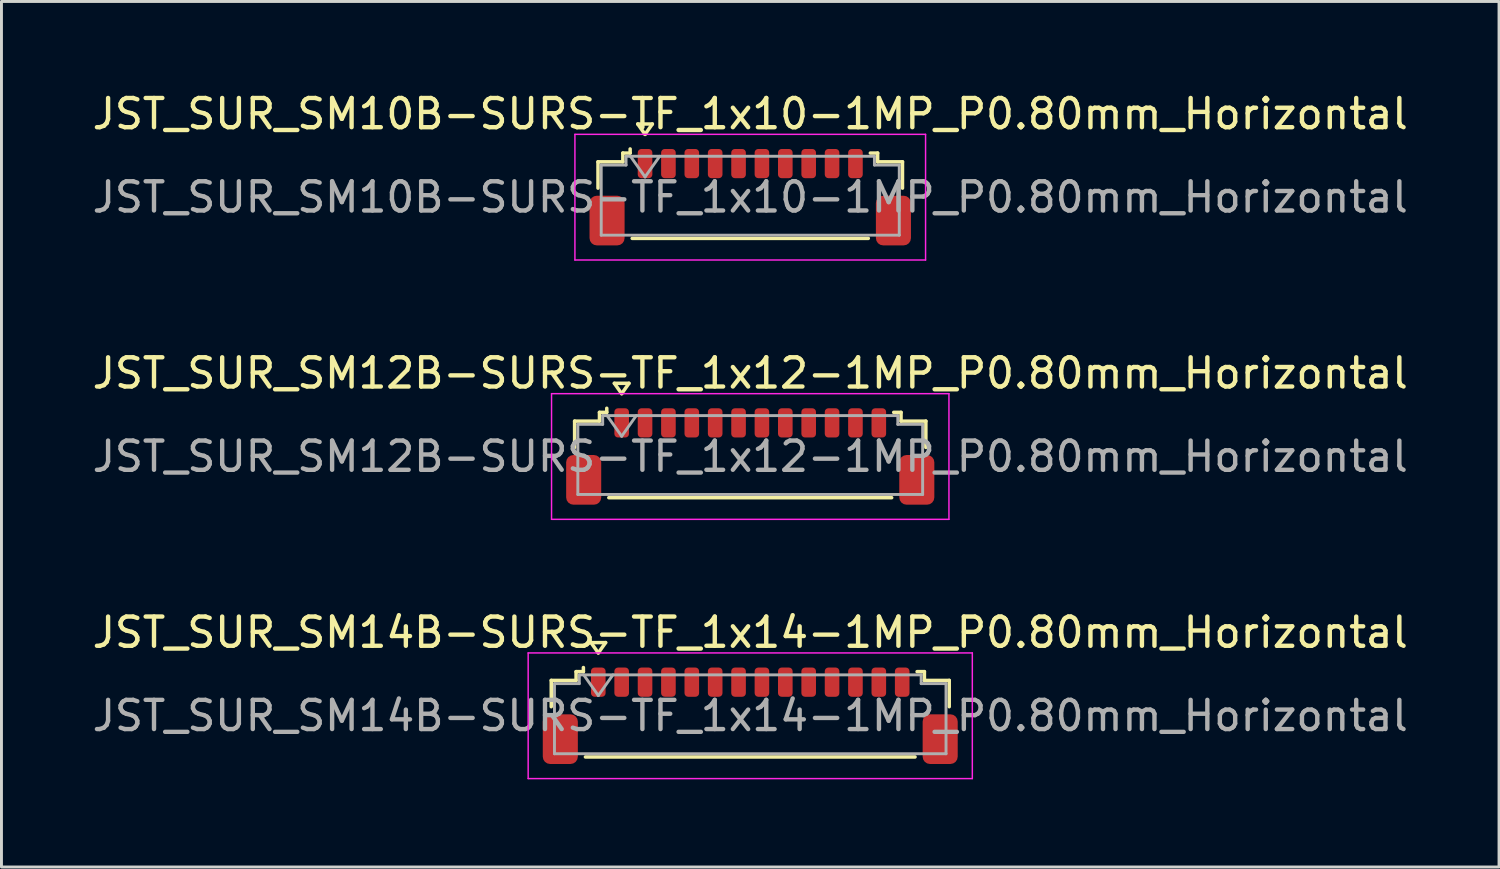
<source format=kicad_pcb>
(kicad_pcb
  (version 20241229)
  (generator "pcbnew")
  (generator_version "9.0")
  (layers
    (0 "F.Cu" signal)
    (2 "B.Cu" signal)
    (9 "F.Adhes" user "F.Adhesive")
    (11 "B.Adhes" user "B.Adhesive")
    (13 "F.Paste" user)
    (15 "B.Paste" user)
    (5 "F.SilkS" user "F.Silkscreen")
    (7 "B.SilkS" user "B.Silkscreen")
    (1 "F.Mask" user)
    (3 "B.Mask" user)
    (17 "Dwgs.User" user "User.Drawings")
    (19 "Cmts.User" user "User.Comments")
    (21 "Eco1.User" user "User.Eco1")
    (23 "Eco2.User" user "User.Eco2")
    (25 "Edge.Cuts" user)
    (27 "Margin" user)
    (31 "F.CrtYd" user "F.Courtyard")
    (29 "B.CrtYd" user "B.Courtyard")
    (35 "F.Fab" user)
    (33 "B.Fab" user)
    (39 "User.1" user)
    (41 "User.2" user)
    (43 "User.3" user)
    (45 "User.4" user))
  (footprint "JST_SUR_SM14B-SURS-TF_1x14-1MP_P0.80mm_Horizontal"
    (layer "F.Cu")
    (at 22.625 21.445)
    (property "Reference" "JST_SUR_SM14B-SURS-TF_1x14-1MP_P0.80mm_Horizontal" (at 0 -2.85 0) (layer "F.SilkS") (effects (font (size 1 1) (thickness 0.15))))
    (attr smd)
    (fp_line (start -6.81 -1.21) (end -5.96 -1.21) (stroke (width 0.12) (type solid)) (layer "F.SilkS"))
    (fp_line (start -6.81 -0.31) (end -6.81 -1.21) (stroke (width 0.12) (type solid)) (layer "F.SilkS"))
    (fp_line (start -5.96 -1.51) (end -5.71 -1.51) (stroke (width 0.12) (type solid)) (layer "F.SilkS"))
    (fp_line (start -5.96 -1.21) (end -5.96 -1.51) (stroke (width 0.12) (type solid)) (layer "F.SilkS"))
    (fp_line (start -5.71 -1.51) (end -5.71 -1.65) (stroke (width 0.12) (type solid)) (layer "F.SilkS"))
    (fp_line (start -5.64 1.41) (end 5.64 1.41) (stroke (width 0.12) (type solid)) (layer "F.SilkS"))
    (fp_line (start -5.45 -2.504) (end -5.2 -2.15) (stroke (width 0.12) (type solid)) (layer "F.SilkS"))
    (fp_line (start -5.2 -2.15) (end -4.95 -2.504) (stroke (width 0.12) (type solid)) (layer "F.SilkS"))
    (fp_line (start -4.95 -2.504) (end -5.45 -2.504) (stroke (width 0.12) (type solid)) (layer "F.SilkS"))
    (fp_line (start 5.96 -1.51) (end 5.71 -1.51) (stroke (width 0.12) (type solid)) (layer "F.SilkS"))
    (fp_line (start 5.96 -1.21) (end 5.96 -1.51) (stroke (width 0.12) (type solid)) (layer "F.SilkS"))
    (fp_line (start 6.81 -1.21) (end 5.96 -1.21) (stroke (width 0.12) (type solid)) (layer "F.SilkS"))
    (fp_line (start 6.81 -0.31) (end 6.81 -1.21) (stroke (width 0.12) (type solid)) (layer "F.SilkS"))
    (fp_line (start -7.6 -2.15) (end -7.6 2.15) (stroke (width 0.05) (type solid)) (layer "F.CrtYd"))
    (fp_line (start -7.6 2.15) (end 7.6 2.15) (stroke (width 0.05) (type solid)) (layer "F.CrtYd"))
    (fp_line (start 7.6 -2.15) (end -7.6 -2.15) (stroke (width 0.05) (type solid)) (layer "F.CrtYd"))
    (fp_line (start 7.6 2.15) (end 7.6 -2.15) (stroke (width 0.05) (type solid)) (layer "F.CrtYd"))
    (fp_line (start -6.7 -1.1) (end -6.7 1.3) (stroke (width 0.1) (type solid)) (layer "F.Fab"))
    (fp_line (start -6.7 -1.1) (end -5.85 -1.1) (stroke (width 0.1) (type solid)) (layer "F.Fab"))
    (fp_line (start -6.7 1.3) (end 6.7 1.3) (stroke (width 0.1) (type solid)) (layer "F.Fab"))
    (fp_line (start -5.85 -1.4) (end 5.85 -1.4) (stroke (width 0.1) (type solid)) (layer "F.Fab"))
    (fp_line (start -5.85 -1.1) (end -5.85 -1.4) (stroke (width 0.1) (type solid)) (layer "F.Fab"))
    (fp_line (start -5.7 -1.4) (end -5.2 -0.693) (stroke (width 0.1) (type solid)) (layer "F.Fab"))
    (fp_line (start -5.2 -0.693) (end -4.7 -1.4) (stroke (width 0.1) (type solid)) (layer "F.Fab"))
    (fp_line (start 5.85 -1.4) (end 5.85 -1.1) (stroke (width 0.1) (type solid)) (layer "F.Fab"))
    (fp_line (start 5.85 -1.1) (end 6.7 -1.1) (stroke (width 0.1) (type solid)) (layer "F.Fab"))
    (fp_line (start 6.7 -1.1) (end 6.7 1.3) (stroke (width 0.1) (type solid)) (layer "F.Fab"))
    (fp_text user "${REFERENCE}" (at 0 0 0) (layer "F.Fab") (effects (font (size 1 1) (thickness 0.15))))
    (pad "1" smd roundrect (at -5.2 -1.15) (size 0.5 1) (layers "F.Cu" "F.Mask" "F.Paste") (roundrect_rratio 0.25))
    (pad "2" smd roundrect (at -4.4 -1.15) (size 0.5 1) (layers "F.Cu" "F.Mask" "F.Paste") (roundrect_rratio 0.25))
    (pad "3" smd roundrect (at -3.6 -1.15) (size 0.5 1) (layers "F.Cu" "F.Mask" "F.Paste") (roundrect_rratio 0.25))
    (pad "4" smd roundrect (at -2.8 -1.15) (size 0.5 1) (layers "F.Cu" "F.Mask" "F.Paste") (roundrect_rratio 0.25))
    (pad "5" smd roundrect (at -2 -1.15) (size 0.5 1) (layers "F.Cu" "F.Mask" "F.Paste") (roundrect_rratio 0.25))
    (pad "6" smd roundrect (at -1.2 -1.15) (size 0.5 1) (layers "F.Cu" "F.Mask" "F.Paste") (roundrect_rratio 0.25))
    (pad "7" smd roundrect (at -0.4 -1.15) (size 0.5 1) (layers "F.Cu" "F.Mask" "F.Paste") (roundrect_rratio 0.25))
    (pad "8" smd roundrect (at 0.4 -1.15) (size 0.5 1) (layers "F.Cu" "F.Mask" "F.Paste") (roundrect_rratio 0.25))
    (pad "9" smd roundrect (at 1.2 -1.15) (size 0.5 1) (layers "F.Cu" "F.Mask" "F.Paste") (roundrect_rratio 0.25))
    (pad "10" smd roundrect (at 2 -1.15) (size 0.5 1) (layers "F.Cu" "F.Mask" "F.Paste") (roundrect_rratio 0.25))
    (pad "11" smd roundrect (at 2.8 -1.15) (size 0.5 1) (layers "F.Cu" "F.Mask" "F.Paste") (roundrect_rratio 0.25))
    (pad "12" smd roundrect (at 3.6 -1.15) (size 0.5 1) (layers "F.Cu" "F.Mask" "F.Paste") (roundrect_rratio 0.25))
    (pad "13" smd roundrect (at 4.4 -1.15) (size 0.5 1) (layers "F.Cu" "F.Mask" "F.Paste") (roundrect_rratio 0.25))
    (pad "14" smd roundrect (at 5.2 -1.15) (size 0.5 1) (layers "F.Cu" "F.Mask" "F.Paste") (roundrect_rratio 0.25))
    (pad "MP" smd roundrect (at -6.5 0.8) (size 1.2 1.7) (layers "F.Cu" "F.Mask" "F.Paste") (roundrect_rratio 0.208))
    (pad "MP" smd roundrect (at 6.5 0.8) (size 1.2 1.7) (layers "F.Cu" "F.Mask" "F.Paste") (roundrect_rratio 0.208)))
  (footprint "JST_SUR_SM10B-SURS-TF_1x10-1MP_P0.80mm_Horizontal"
    (layer "F.Cu")
    (at 22.625 3.698)
    (property "Reference" "JST_SUR_SM10B-SURS-TF_1x10-1MP_P0.80mm_Horizontal" (at 0 -2.85 0) (layer "F.SilkS") (effects (font (size 1 1) (thickness 0.15))))
    (attr smd)
    (fp_line (start -5.21 -1.21) (end -4.36 -1.21) (stroke (width 0.12) (type solid)) (layer "F.SilkS"))
    (fp_line (start -5.21 -0.31) (end -5.21 -1.21) (stroke (width 0.12) (type solid)) (layer "F.SilkS"))
    (fp_line (start -4.36 -1.51) (end -4.11 -1.51) (stroke (width 0.12) (type solid)) (layer "F.SilkS"))
    (fp_line (start -4.36 -1.21) (end -4.36 -1.51) (stroke (width 0.12) (type solid)) (layer "F.SilkS"))
    (fp_line (start -4.11 -1.51) (end -4.11 -1.65) (stroke (width 0.12) (type solid)) (layer "F.SilkS"))
    (fp_line (start -4.04 1.41) (end 4.04 1.41) (stroke (width 0.12) (type solid)) (layer "F.SilkS"))
    (fp_line (start -3.85 -2.504) (end -3.6 -2.15) (stroke (width 0.12) (type solid)) (layer "F.SilkS"))
    (fp_line (start -3.6 -2.15) (end -3.35 -2.504) (stroke (width 0.12) (type solid)) (layer "F.SilkS"))
    (fp_line (start -3.35 -2.504) (end -3.85 -2.504) (stroke (width 0.12) (type solid)) (layer "F.SilkS"))
    (fp_line (start 4.36 -1.51) (end 4.11 -1.51) (stroke (width 0.12) (type solid)) (layer "F.SilkS"))
    (fp_line (start 4.36 -1.21) (end 4.36 -1.51) (stroke (width 0.12) (type solid)) (layer "F.SilkS"))
    (fp_line (start 5.21 -1.21) (end 4.36 -1.21) (stroke (width 0.12) (type solid)) (layer "F.SilkS"))
    (fp_line (start 5.21 -0.31) (end 5.21 -1.21) (stroke (width 0.12) (type solid)) (layer "F.SilkS"))
    (fp_line (start -6 -2.15) (end -6 2.15) (stroke (width 0.05) (type solid)) (layer "F.CrtYd"))
    (fp_line (start -6 2.15) (end 6 2.15) (stroke (width 0.05) (type solid)) (layer "F.CrtYd"))
    (fp_line (start 6 -2.15) (end -6 -2.15) (stroke (width 0.05) (type solid)) (layer "F.CrtYd"))
    (fp_line (start 6 2.15) (end 6 -2.15) (stroke (width 0.05) (type solid)) (layer "F.CrtYd"))
    (fp_line (start -5.1 -1.1) (end -5.1 1.3) (stroke (width 0.1) (type solid)) (layer "F.Fab"))
    (fp_line (start -5.1 -1.1) (end -4.25 -1.1) (stroke (width 0.1) (type solid)) (layer "F.Fab"))
    (fp_line (start -5.1 1.3) (end 5.1 1.3) (stroke (width 0.1) (type solid)) (layer "F.Fab"))
    (fp_line (start -4.25 -1.4) (end 4.25 -1.4) (stroke (width 0.1) (type solid)) (layer "F.Fab"))
    (fp_line (start -4.25 -1.1) (end -4.25 -1.4) (stroke (width 0.1) (type solid)) (layer "F.Fab"))
    (fp_line (start -4.1 -1.4) (end -3.6 -0.693) (stroke (width 0.1) (type solid)) (layer "F.Fab"))
    (fp_line (start -3.6 -0.693) (end -3.1 -1.4) (stroke (width 0.1) (type solid)) (layer "F.Fab"))
    (fp_line (start 4.25 -1.4) (end 4.25 -1.1) (stroke (width 0.1) (type solid)) (layer "F.Fab"))
    (fp_line (start 4.25 -1.1) (end 5.1 -1.1) (stroke (width 0.1) (type solid)) (layer "F.Fab"))
    (fp_line (start 5.1 -1.1) (end 5.1 1.3) (stroke (width 0.1) (type solid)) (layer "F.Fab"))
    (fp_text user "${REFERENCE}" (at 0 0 0) (layer "F.Fab") (effects (font (size 1 1) (thickness 0.15))))
    (pad "1" smd roundrect (at -3.6 -1.15) (size 0.5 1) (layers "F.Cu" "F.Mask" "F.Paste") (roundrect_rratio 0.25))
    (pad "2" smd roundrect (at -2.8 -1.15) (size 0.5 1) (layers "F.Cu" "F.Mask" "F.Paste") (roundrect_rratio 0.25))
    (pad "3" smd roundrect (at -2 -1.15) (size 0.5 1) (layers "F.Cu" "F.Mask" "F.Paste") (roundrect_rratio 0.25))
    (pad "4" smd roundrect (at -1.2 -1.15) (size 0.5 1) (layers "F.Cu" "F.Mask" "F.Paste") (roundrect_rratio 0.25))
    (pad "5" smd roundrect (at -0.4 -1.15) (size 0.5 1) (layers "F.Cu" "F.Mask" "F.Paste") (roundrect_rratio 0.25))
    (pad "6" smd roundrect (at 0.4 -1.15) (size 0.5 1) (layers "F.Cu" "F.Mask" "F.Paste") (roundrect_rratio 0.25))
    (pad "7" smd roundrect (at 1.2 -1.15) (size 0.5 1) (layers "F.Cu" "F.Mask" "F.Paste") (roundrect_rratio 0.25))
    (pad "8" smd roundrect (at 2 -1.15) (size 0.5 1) (layers "F.Cu" "F.Mask" "F.Paste") (roundrect_rratio 0.25))
    (pad "9" smd roundrect (at 2.8 -1.15) (size 0.5 1) (layers "F.Cu" "F.Mask" "F.Paste") (roundrect_rratio 0.25))
    (pad "10" smd roundrect (at 3.6 -1.15) (size 0.5 1) (layers "F.Cu" "F.Mask" "F.Paste") (roundrect_rratio 0.25))
    (pad "MP" smd roundrect (at -4.9 0.8) (size 1.2 1.7) (layers "F.Cu" "F.Mask" "F.Paste") (roundrect_rratio 0.208))
    (pad "MP" smd roundrect (at 4.9 0.8) (size 1.2 1.7) (layers "F.Cu" "F.Mask" "F.Paste") (roundrect_rratio 0.208)))
  (footprint "JST_SUR_SM12B-SURS-TF_1x12-1MP_P0.80mm_Horizontal"
    (layer "F.Cu")
    (at 22.625 12.572)
    (property "Reference" "JST_SUR_SM12B-SURS-TF_1x12-1MP_P0.80mm_Horizontal" (at 0 -2.85 0) (layer "F.SilkS") (effects (font (size 1 1) (thickness 0.15))))
    (attr smd)
    (fp_line (start -6.01 -1.21) (end -5.16 -1.21) (stroke (width 0.12) (type solid)) (layer "F.SilkS"))
    (fp_line (start -6.01 -0.31) (end -6.01 -1.21) (stroke (width 0.12) (type solid)) (layer "F.SilkS"))
    (fp_line (start -5.16 -1.51) (end -4.91 -1.51) (stroke (width 0.12) (type solid)) (layer "F.SilkS"))
    (fp_line (start -5.16 -1.21) (end -5.16 -1.51) (stroke (width 0.12) (type solid)) (layer "F.SilkS"))
    (fp_line (start -4.91 -1.51) (end -4.91 -1.65) (stroke (width 0.12) (type solid)) (layer "F.SilkS"))
    (fp_line (start -4.84 1.41) (end 4.84 1.41) (stroke (width 0.12) (type solid)) (layer "F.SilkS"))
    (fp_line (start -4.65 -2.504) (end -4.4 -2.15) (stroke (width 0.12) (type solid)) (layer "F.SilkS"))
    (fp_line (start -4.4 -2.15) (end -4.15 -2.504) (stroke (width 0.12) (type solid)) (layer "F.SilkS"))
    (fp_line (start -4.15 -2.504) (end -4.65 -2.504) (stroke (width 0.12) (type solid)) (layer "F.SilkS"))
    (fp_line (start 5.16 -1.51) (end 4.91 -1.51) (stroke (width 0.12) (type solid)) (layer "F.SilkS"))
    (fp_line (start 5.16 -1.21) (end 5.16 -1.51) (stroke (width 0.12) (type solid)) (layer "F.SilkS"))
    (fp_line (start 6.01 -1.21) (end 5.16 -1.21) (stroke (width 0.12) (type solid)) (layer "F.SilkS"))
    (fp_line (start 6.01 -0.31) (end 6.01 -1.21) (stroke (width 0.12) (type solid)) (layer "F.SilkS"))
    (fp_line (start -6.8 -2.15) (end -6.8 2.15) (stroke (width 0.05) (type solid)) (layer "F.CrtYd"))
    (fp_line (start -6.8 2.15) (end 6.8 2.15) (stroke (width 0.05) (type solid)) (layer "F.CrtYd"))
    (fp_line (start 6.8 -2.15) (end -6.8 -2.15) (stroke (width 0.05) (type solid)) (layer "F.CrtYd"))
    (fp_line (start 6.8 2.15) (end 6.8 -2.15) (stroke (width 0.05) (type solid)) (layer "F.CrtYd"))
    (fp_line (start -5.9 -1.1) (end -5.9 1.3) (stroke (width 0.1) (type solid)) (layer "F.Fab"))
    (fp_line (start -5.9 -1.1) (end -5.05 -1.1) (stroke (width 0.1) (type solid)) (layer "F.Fab"))
    (fp_line (start -5.9 1.3) (end 5.9 1.3) (stroke (width 0.1) (type solid)) (layer "F.Fab"))
    (fp_line (start -5.05 -1.4) (end 5.05 -1.4) (stroke (width 0.1) (type solid)) (layer "F.Fab"))
    (fp_line (start -5.05 -1.1) (end -5.05 -1.4) (stroke (width 0.1) (type solid)) (layer "F.Fab"))
    (fp_line (start -4.9 -1.4) (end -4.4 -0.693) (stroke (width 0.1) (type solid)) (layer "F.Fab"))
    (fp_line (start -4.4 -0.693) (end -3.9 -1.4) (stroke (width 0.1) (type solid)) (layer "F.Fab"))
    (fp_line (start 5.05 -1.4) (end 5.05 -1.1) (stroke (width 0.1) (type solid)) (layer "F.Fab"))
    (fp_line (start 5.05 -1.1) (end 5.9 -1.1) (stroke (width 0.1) (type solid)) (layer "F.Fab"))
    (fp_line (start 5.9 -1.1) (end 5.9 1.3) (stroke (width 0.1) (type solid)) (layer "F.Fab"))
    (fp_text user "${REFERENCE}" (at 0 0 0) (layer "F.Fab") (effects (font (size 1 1) (thickness 0.15))))
    (pad "1" smd roundrect (at -4.4 -1.15) (size 0.5 1) (layers "F.Cu" "F.Mask" "F.Paste") (roundrect_rratio 0.25))
    (pad "2" smd roundrect (at -3.6 -1.15) (size 0.5 1) (layers "F.Cu" "F.Mask" "F.Paste") (roundrect_rratio 0.25))
    (pad "3" smd roundrect (at -2.8 -1.15) (size 0.5 1) (layers "F.Cu" "F.Mask" "F.Paste") (roundrect_rratio 0.25))
    (pad "4" smd roundrect (at -2 -1.15) (size 0.5 1) (layers "F.Cu" "F.Mask" "F.Paste") (roundrect_rratio 0.25))
    (pad "5" smd roundrect (at -1.2 -1.15) (size 0.5 1) (layers "F.Cu" "F.Mask" "F.Paste") (roundrect_rratio 0.25))
    (pad "6" smd roundrect (at -0.4 -1.15) (size 0.5 1) (layers "F.Cu" "F.Mask" "F.Paste") (roundrect_rratio 0.25))
    (pad "7" smd roundrect (at 0.4 -1.15) (size 0.5 1) (layers "F.Cu" "F.Mask" "F.Paste") (roundrect_rratio 0.25))
    (pad "8" smd roundrect (at 1.2 -1.15) (size 0.5 1) (layers "F.Cu" "F.Mask" "F.Paste") (roundrect_rratio 0.25))
    (pad "9" smd roundrect (at 2 -1.15) (size 0.5 1) (layers "F.Cu" "F.Mask" "F.Paste") (roundrect_rratio 0.25))
    (pad "10" smd roundrect (at 2.8 -1.15) (size 0.5 1) (layers "F.Cu" "F.Mask" "F.Paste") (roundrect_rratio 0.25))
    (pad "11" smd roundrect (at 3.6 -1.15) (size 0.5 1) (layers "F.Cu" "F.Mask" "F.Paste") (roundrect_rratio 0.25))
    (pad "12" smd roundrect (at 4.4 -1.15) (size 0.5 1) (layers "F.Cu" "F.Mask" "F.Paste") (roundrect_rratio 0.25))
    (pad "MP" smd roundrect (at -5.7 0.8) (size 1.2 1.7) (layers "F.Cu" "F.Mask" "F.Paste") (roundrect_rratio 0.208))
    (pad "MP" smd roundrect (at 5.7 0.8) (size 1.2 1.7) (layers "F.Cu" "F.Mask" "F.Paste") (roundrect_rratio 0.208)))
  (gr_rect
    (start -3 -3)
    (end 48.25 26.62)
    (stroke (width 0.1) (type default))
    (fill no)
    (layer "Edge.Cuts")))
</source>
